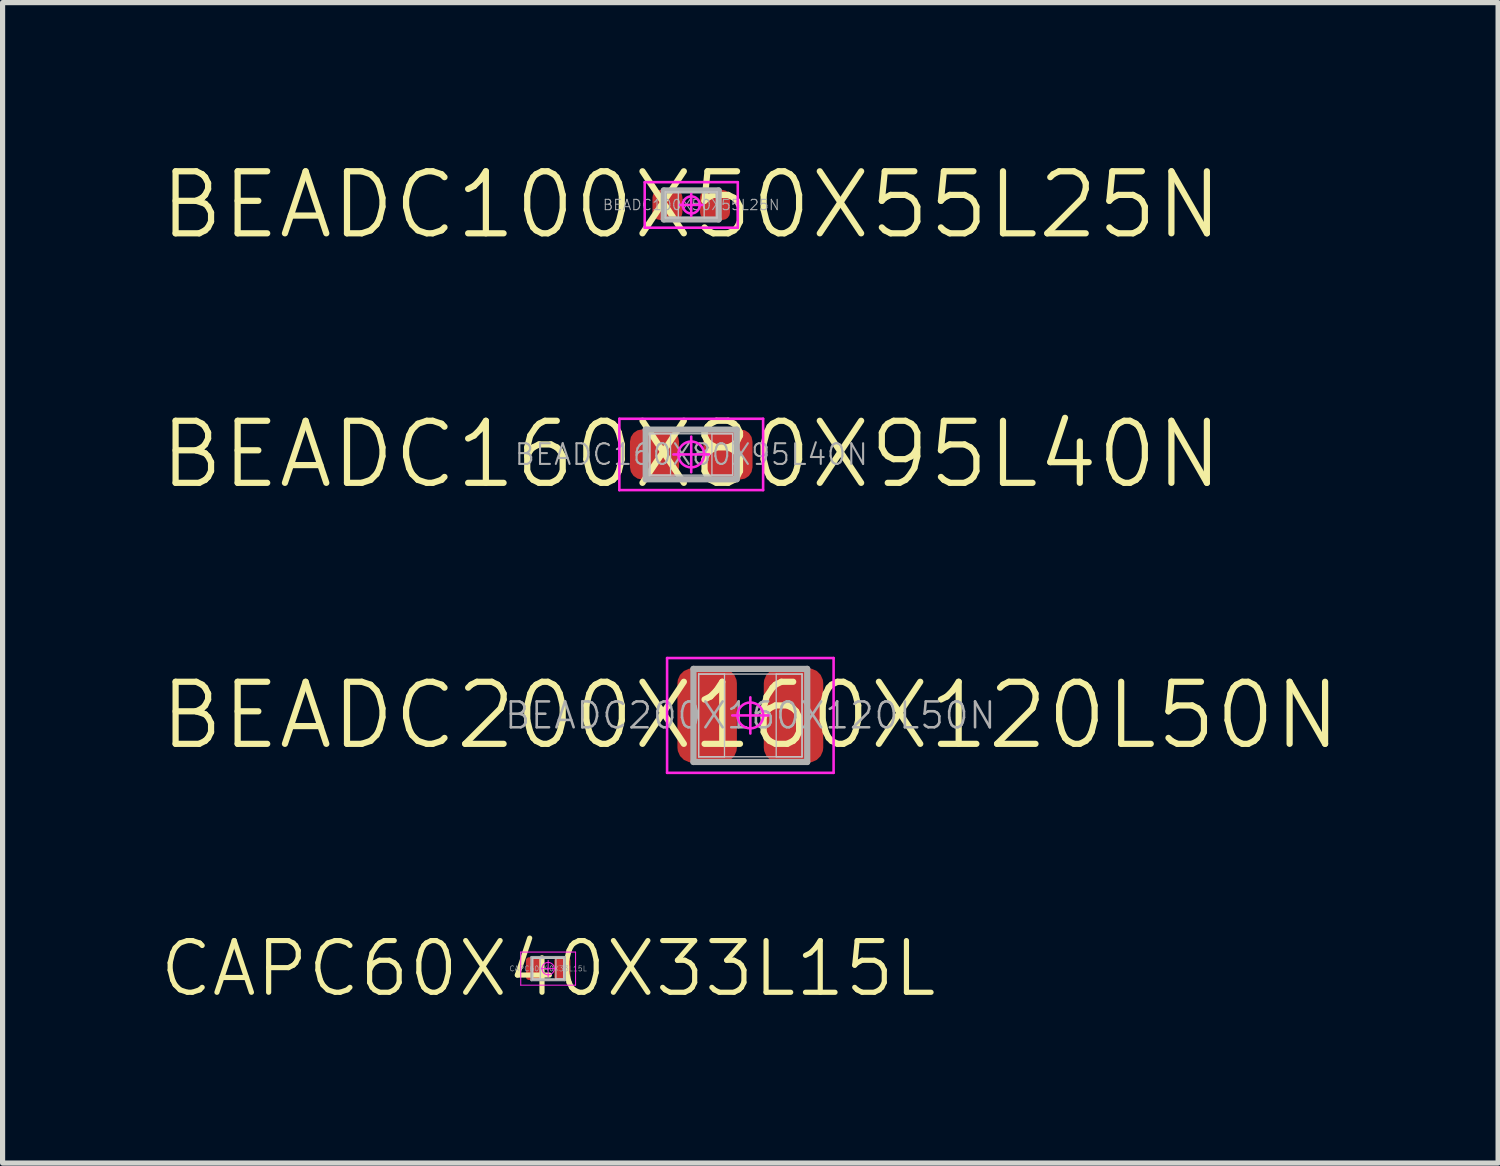
<source format=kicad_pcb>
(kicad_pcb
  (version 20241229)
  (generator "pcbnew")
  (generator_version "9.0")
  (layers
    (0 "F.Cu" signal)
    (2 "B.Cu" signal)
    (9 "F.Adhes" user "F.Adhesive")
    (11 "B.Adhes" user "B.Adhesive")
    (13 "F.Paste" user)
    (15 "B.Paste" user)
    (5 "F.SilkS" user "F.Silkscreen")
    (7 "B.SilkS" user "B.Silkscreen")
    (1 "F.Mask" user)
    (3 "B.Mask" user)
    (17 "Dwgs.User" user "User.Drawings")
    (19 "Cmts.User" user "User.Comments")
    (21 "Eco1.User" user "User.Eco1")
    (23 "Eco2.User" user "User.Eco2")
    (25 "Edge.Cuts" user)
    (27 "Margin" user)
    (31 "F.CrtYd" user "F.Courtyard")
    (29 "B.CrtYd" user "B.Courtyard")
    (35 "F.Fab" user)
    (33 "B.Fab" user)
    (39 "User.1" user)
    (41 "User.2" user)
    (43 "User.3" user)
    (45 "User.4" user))
  (footprint "BEADC160X80X95L40N"
    (layer "F.Cu")
    (at 10.317 5.738)
    (property "Reference" "BEADC160X80X95L40N" (at 0 0 0) (layer "F.SilkS") (effects (font (size 1.2 1.2) (thickness 0.12))))
    (attr smd)
    (fp_line (start -0.8 -0.4) (end -0.4 -0.4) (stroke (width 0.025) (type solid)) (layer "Dwgs.User"))
    (fp_line (start -0.8 -0.4) (end 0.8 -0.4) (stroke (width 0.025) (type solid)) (layer "Dwgs.User"))
    (fp_line (start -0.8 0.4) (end -0.8 -0.4) (stroke (width 0.025) (type solid)) (layer "Dwgs.User"))
    (fp_line (start -0.8 0.4) (end -0.8 -0.4) (stroke (width 0.025) (type solid)) (layer "Dwgs.User"))
    (fp_line (start -0.4 -0.4) (end -0.4 0.4) (stroke (width 0.025) (type solid)) (layer "Dwgs.User"))
    (fp_line (start -0.4 0.4) (end -0.8 0.4) (stroke (width 0.025) (type solid)) (layer "Dwgs.User"))
    (fp_line (start 0.4 -0.4) (end 0.8 -0.4) (stroke (width 0.025) (type solid)) (layer "Dwgs.User"))
    (fp_line (start 0.4 0.4) (end 0.4 -0.4) (stroke (width 0.025) (type solid)) (layer "Dwgs.User"))
    (fp_line (start 0.8 -0.4) (end 0.8 0.4) (stroke (width 0.025) (type solid)) (layer "Dwgs.User"))
    (fp_line (start 0.8 -0.4) (end 0.8 0.4) (stroke (width 0.025) (type solid)) (layer "Dwgs.User"))
    (fp_line (start 0.8 0.4) (end -0.8 0.4) (stroke (width 0.025) (type solid)) (layer "Dwgs.User"))
    (fp_line (start 0.8 0.4) (end 0.4 0.4) (stroke (width 0.025) (type solid)) (layer "Dwgs.User"))
    (fp_line (start -1.39 -0.69) (end 1.39 -0.69) (stroke (width 0.05) (type solid)) (layer "F.CrtYd"))
    (fp_line (start -1.39 0.69) (end -1.39 -0.69) (stroke (width 0.05) (type solid)) (layer "F.CrtYd"))
    (fp_line (start 0 -0.345) (end 0 0.345) (stroke (width 0.05) (type solid)) (layer "F.CrtYd"))
    (fp_line (start 0.345 0) (end -0.345 0) (stroke (width 0.05) (type solid)) (layer "F.CrtYd"))
    (fp_line (start 1.39 -0.69) (end 1.39 0.69) (stroke (width 0.05) (type solid)) (layer "F.CrtYd"))
    (fp_line (start 1.39 0.69) (end -1.39 0.69) (stroke (width 0.05) (type solid)) (layer "F.CrtYd"))
    (fp_circle (center 0 0) (end 0 0.25) (stroke (width 0.05) (type solid)) (fill no) (layer "F.CrtYd"))
    (fp_line (start -0.88 -0.48) (end 0.88 -0.48) (stroke (width 0.12) (type solid)) (layer "F.Fab"))
    (fp_line (start -0.88 0.48) (end -0.88 -0.48) (stroke (width 0.12) (type solid)) (layer "F.Fab"))
    (fp_line (start 0.88 -0.48) (end 0.88 0.48) (stroke (width 0.12) (type solid)) (layer "F.Fab"))
    (fp_line (start 0.88 0.48) (end -0.88 0.48) (stroke (width 0.12) (type solid)) (layer "F.Fab"))
    (fp_text user "${REFERENCE}" (at 0 0 0) (layer "F.Fab") (effects (font (size 0.4 0.4) (thickness 0.04))))
    (pad "1" smd roundrect (at -0.71 0) (size 0.95 0.97) (layers "F.Cu" "F.Mask" "F.Paste") (roundrect_rratio 0.25))
    (pad "2" smd roundrect (at 0.71 0) (size 0.95 0.97) (layers "F.Cu" "F.Mask" "F.Paste") (roundrect_rratio 0.25)))
  (footprint "BEADC100X50X55L25N"
    (layer "F.Cu")
    (at 10.317 0.913)
    (property "Reference" "BEADC100X50X55L25N" (at 0 0 0) (layer "F.SilkS") (effects (font (size 1.2 1.2) (thickness 0.12))))
    (attr smd)
    (fp_line (start -0.5 -0.25) (end -0.25 -0.25) (stroke (width 0.025) (type solid)) (layer "Dwgs.User"))
    (fp_line (start -0.5 -0.25) (end 0.5 -0.25) (stroke (width 0.025) (type solid)) (layer "Dwgs.User"))
    (fp_line (start -0.5 0.25) (end -0.5 -0.25) (stroke (width 0.025) (type solid)) (layer "Dwgs.User"))
    (fp_line (start -0.5 0.25) (end -0.5 -0.25) (stroke (width 0.025) (type solid)) (layer "Dwgs.User"))
    (fp_line (start -0.25 -0.25) (end -0.25 0.25) (stroke (width 0.025) (type solid)) (layer "Dwgs.User"))
    (fp_line (start -0.25 0.25) (end -0.5 0.25) (stroke (width 0.025) (type solid)) (layer "Dwgs.User"))
    (fp_line (start 0.25 -0.25) (end 0.5 -0.25) (stroke (width 0.025) (type solid)) (layer "Dwgs.User"))
    (fp_line (start 0.25 0.25) (end 0.25 -0.25) (stroke (width 0.025) (type solid)) (layer "Dwgs.User"))
    (fp_line (start 0.5 -0.25) (end 0.5 0.25) (stroke (width 0.025) (type solid)) (layer "Dwgs.User"))
    (fp_line (start 0.5 -0.25) (end 0.5 0.25) (stroke (width 0.025) (type solid)) (layer "Dwgs.User"))
    (fp_line (start 0.5 0.25) (end -0.5 0.25) (stroke (width 0.025) (type solid)) (layer "Dwgs.User"))
    (fp_line (start 0.5 0.25) (end 0.25 0.25) (stroke (width 0.025) (type solid)) (layer "Dwgs.User"))
    (fp_line (start -0.9 -0.44) (end 0.9 -0.44) (stroke (width 0.05) (type solid)) (layer "F.CrtYd"))
    (fp_line (start -0.9 0.44) (end -0.9 -0.44) (stroke (width 0.05) (type solid)) (layer "F.CrtYd"))
    (fp_line (start 0 -0.22) (end 0 0.22) (stroke (width 0.05) (type solid)) (layer "F.CrtYd"))
    (fp_line (start 0.22 0) (end -0.22 0) (stroke (width 0.05) (type solid)) (layer "F.CrtYd"))
    (fp_line (start 0.9 -0.44) (end 0.9 0.44) (stroke (width 0.05) (type solid)) (layer "F.CrtYd"))
    (fp_line (start 0.9 0.44) (end -0.9 0.44) (stroke (width 0.05) (type solid)) (layer "F.CrtYd"))
    (fp_circle (center 0 0) (end 0 0.165) (stroke (width 0.05) (type solid)) (fill no) (layer "F.CrtYd"))
    (fp_line (start -0.53 -0.28) (end 0.53 -0.28) (stroke (width 0.12) (type solid)) (layer "F.Fab"))
    (fp_line (start -0.53 0.28) (end -0.53 -0.28) (stroke (width 0.12) (type solid)) (layer "F.Fab"))
    (fp_line (start 0.53 -0.28) (end 0.53 0.28) (stroke (width 0.12) (type solid)) (layer "F.Fab"))
    (fp_line (start 0.53 0.28) (end -0.53 0.28) (stroke (width 0.12) (type solid)) (layer "F.Fab"))
    (fp_text user "${REFERENCE}" (at 0 0 0) (layer "F.Fab") (effects (font (size 0.2 0.2) (thickness 0.02))))
    (pad "1" smd roundrect (at -0.46 0) (size 0.58 0.58) (layers "F.Cu" "F.Mask" "F.Paste") (roundrect_rratio 0.25))
    (pad "2" smd roundrect (at 0.46 0) (size 0.58 0.58) (layers "F.Cu" "F.Mask" "F.Paste") (roundrect_rratio 0.25)))
  (footprint "CAPC60X40X33L15L"
    (layer "F.Cu")
    (at 7.55 15.681)
    (property "Reference" "CAPC60X40X33L15L" (at 0 0 0) (layer "F.SilkS") (effects (font (size 1 1) (thickness 0.1))))
    (attr smd)
    (fp_line (start -0.3 -0.2) (end -0.15 -0.2) (stroke (width 0.025) (type solid)) (layer "Dwgs.User"))
    (fp_line (start -0.3 -0.2) (end 0.3 -0.2) (stroke (width 0.025) (type solid)) (layer "Dwgs.User"))
    (fp_line (start -0.3 0.2) (end -0.3 -0.2) (stroke (width 0.025) (type solid)) (layer "Dwgs.User"))
    (fp_line (start -0.3 0.2) (end -0.3 -0.2) (stroke (width 0.025) (type solid)) (layer "Dwgs.User"))
    (fp_line (start -0.15 -0.2) (end -0.15 0.2) (stroke (width 0.025) (type solid)) (layer "Dwgs.User"))
    (fp_line (start -0.15 0.2) (end -0.3 0.2) (stroke (width 0.025) (type solid)) (layer "Dwgs.User"))
    (fp_line (start 0.15 -0.2) (end 0.3 -0.2) (stroke (width 0.025) (type solid)) (layer "Dwgs.User"))
    (fp_line (start 0.15 0.2) (end 0.15 -0.2) (stroke (width 0.025) (type solid)) (layer "Dwgs.User"))
    (fp_line (start 0.3 -0.2) (end 0.3 0.2) (stroke (width 0.025) (type solid)) (layer "Dwgs.User"))
    (fp_line (start 0.3 -0.2) (end 0.3 0.2) (stroke (width 0.025) (type solid)) (layer "Dwgs.User"))
    (fp_line (start 0.3 0.2) (end -0.3 0.2) (stroke (width 0.025) (type solid)) (layer "Dwgs.User"))
    (fp_line (start 0.3 0.2) (end 0.15 0.2) (stroke (width 0.025) (type solid)) (layer "Dwgs.User"))
    (fp_line (start -0.53 -0.32) (end 0.53 -0.32) (stroke (width 0.02) (type solid)) (layer "F.CrtYd"))
    (fp_line (start -0.53 0.32) (end -0.53 -0.32) (stroke (width 0.02) (type solid)) (layer "F.CrtYd"))
    (fp_line (start 0 -0.16) (end 0 0.16) (stroke (width 0.02) (type solid)) (layer "F.CrtYd"))
    (fp_line (start 0.16 0) (end -0.16 0) (stroke (width 0.02) (type solid)) (layer "F.CrtYd"))
    (fp_line (start 0.53 -0.32) (end 0.53 0.32) (stroke (width 0.02) (type solid)) (layer "F.CrtYd"))
    (fp_line (start 0.53 0.32) (end -0.53 0.32) (stroke (width 0.02) (type solid)) (layer "F.CrtYd"))
    (fp_circle (center 0 0) (end 0 0.12) (stroke (width 0.02) (type solid)) (fill no) (layer "F.CrtYd"))
    (fp_line (start -0.32 -0.22) (end 0.32 -0.22) (stroke (width 0.05) (type solid)) (layer "F.Fab"))
    (fp_line (start -0.32 0.22) (end -0.32 -0.22) (stroke (width 0.05) (type solid)) (layer "F.Fab"))
    (fp_line (start 0.32 -0.22) (end 0.32 0.22) (stroke (width 0.05) (type solid)) (layer "F.Fab"))
    (fp_line (start 0.32 0.22) (end -0.32 0.22) (stroke (width 0.05) (type solid)) (layer "F.Fab"))
    (fp_text user "${REFERENCE}" (at 0 0 0) (layer "F.Fab") (effects (font (size 0.1 0.1) (thickness 0.01))))
    (pad "1" smd roundrect (at -0.275 0) (size 0.31 0.44) (layers "F.Cu" "F.Mask" "F.Paste") (roundrect_rratio 0.194))
    (pad "2" smd roundrect (at 0.275 0) (size 0.31 0.44) (layers "F.Cu" "F.Mask" "F.Paste") (roundrect_rratio 0.194)))
  (footprint "BEADC200X160X120L50N"
    (layer "F.Cu")
    (at 11.46 10.785)
    (property "Reference" "BEADC200X160X120L50N" (at 0 0 0) (layer "F.SilkS") (effects (font (size 1.2 1.2) (thickness 0.12))))
    (attr smd)
    (fp_line (start -1 -0.8) (end -0.5 -0.8) (stroke (width 0.025) (type solid)) (layer "Dwgs.User"))
    (fp_line (start -1 -0.8) (end 1 -0.8) (stroke (width 0.025) (type solid)) (layer "Dwgs.User"))
    (fp_line (start -1 0.8) (end -1 -0.8) (stroke (width 0.025) (type solid)) (layer "Dwgs.User"))
    (fp_line (start -1 0.8) (end -1 -0.8) (stroke (width 0.025) (type solid)) (layer "Dwgs.User"))
    (fp_line (start -0.5 -0.8) (end -0.5 0.8) (stroke (width 0.025) (type solid)) (layer "Dwgs.User"))
    (fp_line (start -0.5 0.8) (end -1 0.8) (stroke (width 0.025) (type solid)) (layer "Dwgs.User"))
    (fp_line (start 0.5 -0.8) (end 1 -0.8) (stroke (width 0.025) (type solid)) (layer "Dwgs.User"))
    (fp_line (start 0.5 0.8) (end 0.5 -0.8) (stroke (width 0.025) (type solid)) (layer "Dwgs.User"))
    (fp_line (start 1 -0.8) (end 1 0.8) (stroke (width 0.025) (type solid)) (layer "Dwgs.User"))
    (fp_line (start 1 -0.8) (end 1 0.8) (stroke (width 0.025) (type solid)) (layer "Dwgs.User"))
    (fp_line (start 1 0.8) (end -1 0.8) (stroke (width 0.025) (type solid)) (layer "Dwgs.User"))
    (fp_line (start 1 0.8) (end 0.5 0.8) (stroke (width 0.025) (type solid)) (layer "Dwgs.User"))
    (fp_line (start -1.61 -1.11) (end 1.61 -1.11) (stroke (width 0.05) (type solid)) (layer "F.CrtYd"))
    (fp_line (start -1.61 1.11) (end -1.61 -1.11) (stroke (width 0.05) (type solid)) (layer "F.CrtYd"))
    (fp_line (start 0 -0.35) (end 0 0.35) (stroke (width 0.05) (type solid)) (layer "F.CrtYd"))
    (fp_line (start 0.35 0) (end -0.35 0) (stroke (width 0.05) (type solid)) (layer "F.CrtYd"))
    (fp_line (start 1.61 -1.11) (end 1.61 1.11) (stroke (width 0.05) (type solid)) (layer "F.CrtYd"))
    (fp_line (start 1.61 1.11) (end -1.61 1.11) (stroke (width 0.05) (type solid)) (layer "F.CrtYd"))
    (fp_circle (center 0 0) (end 0 0.25) (stroke (width 0.05) (type solid)) (fill no) (layer "F.CrtYd"))
    (fp_line (start -1.1 -0.9) (end 1.1 -0.9) (stroke (width 0.12) (type solid)) (layer "F.Fab"))
    (fp_line (start -1.1 0.9) (end -1.1 -0.9) (stroke (width 0.12) (type solid)) (layer "F.Fab"))
    (fp_line (start 1.1 -0.9) (end 1.1 0.9) (stroke (width 0.12) (type solid)) (layer "F.Fab"))
    (fp_line (start 1.1 0.9) (end -1.1 0.9) (stroke (width 0.12) (type solid)) (layer "F.Fab"))
    (fp_text user "${REFERENCE}" (at 0 0 0) (layer "F.Fab") (effects (font (size 0.5 0.5) (thickness 0.05))))
    (pad "1" smd roundrect (at -0.835 0) (size 1.15 1.82) (layers "F.Cu" "F.Mask" "F.Paste") (roundrect_rratio 0.25))
    (pad "2" smd roundrect (at 0.835 0) (size 1.15 1.82) (layers "F.Cu" "F.Mask" "F.Paste") (roundrect_rratio 0.25)))
  (gr_rect
    (start -3 -3)
    (end 25.92 19.441)
    (stroke (width 0.1) (type default))
    (fill no)
    (layer "Edge.Cuts")))
</source>
